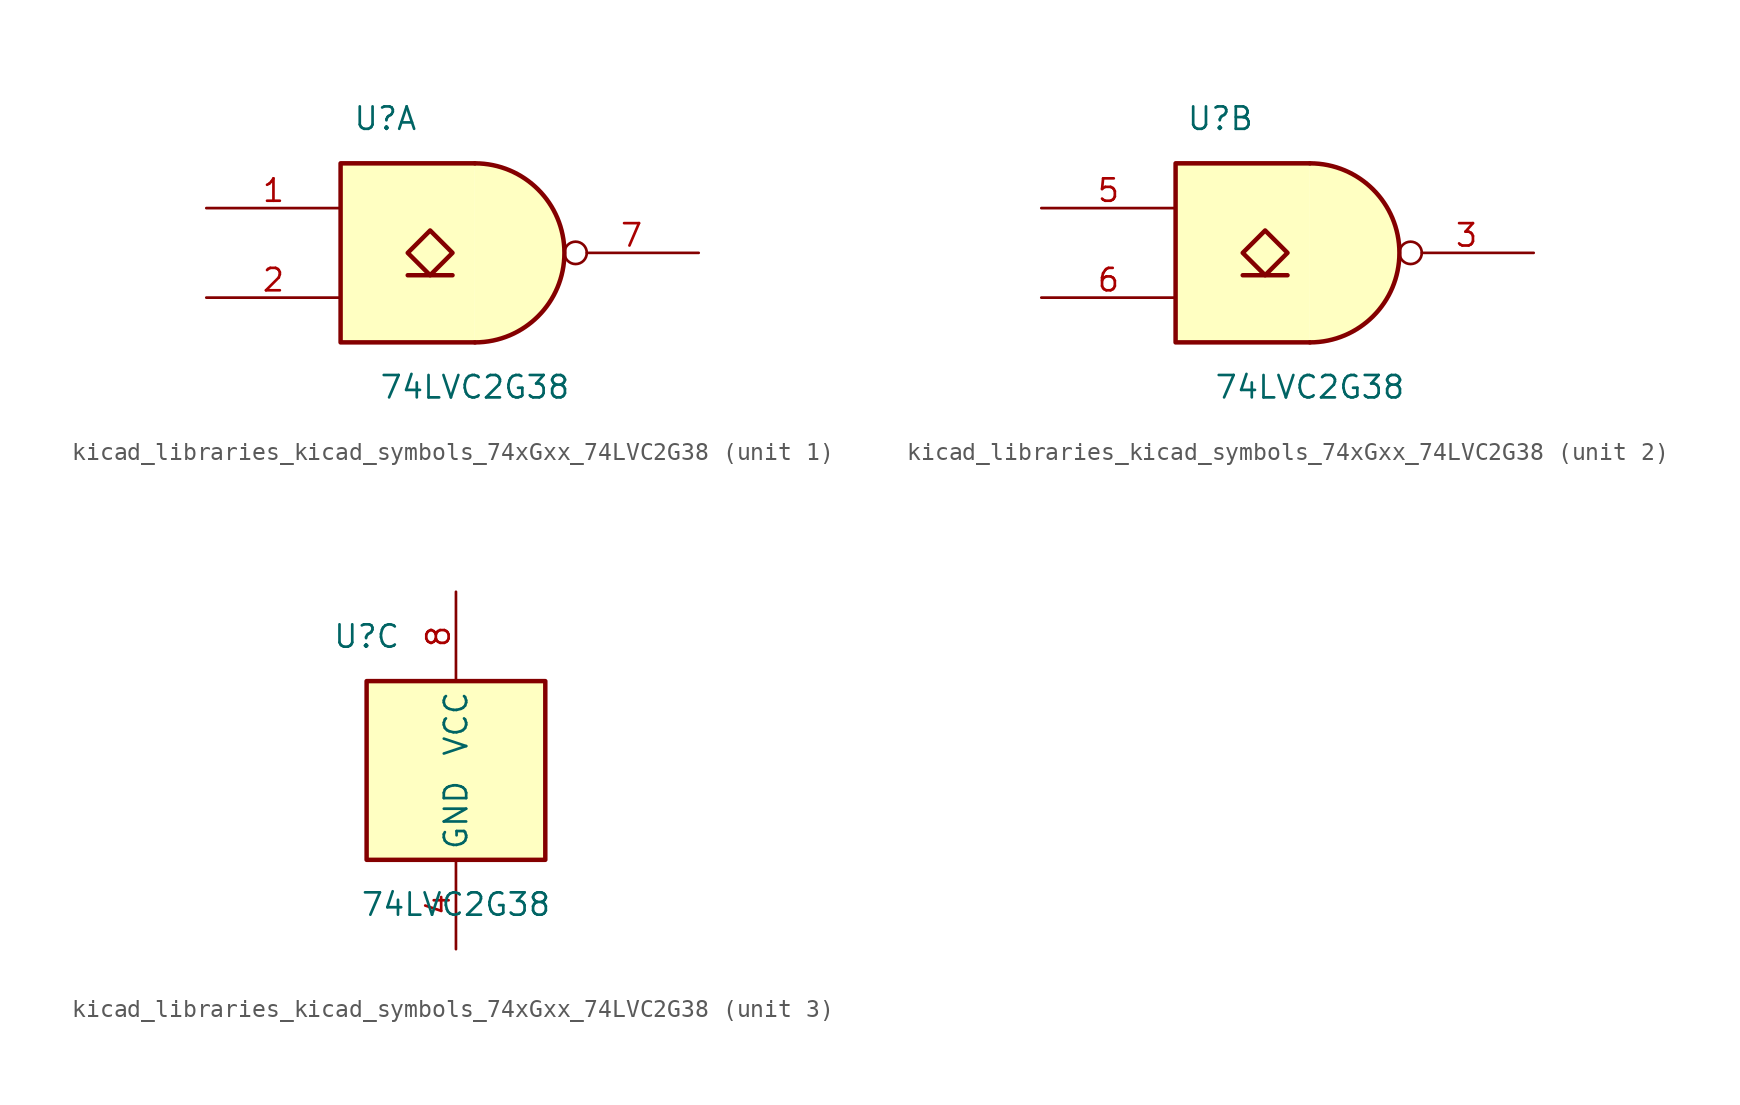
<source format=kicad_sym>
(kicad_symbol_lib
  (version 20220914)
  (generator kicad_symbol_editor)
  (symbol "kicad_libraries_kicad_symbols_74xGxx_74LVC2G38"
    (property "Reference" "U"
      (at -5.08 7.62 0)
      (effects (font (size 1.27 1.27))))
    (property "Value" "74LVC2G38"
      (at 0 -7.62 0)
      (effects (font (size 1.27 1.27))))
    (symbol "kicad_libraries_kicad_symbols_74xGxx_74LVC2G38_1_1"
      (arc (start 0 -5.08) (mid 5.0579 0) (end 0 5.08) (stroke (width 0.254) (type default)) (fill (type background)))
      (polyline (pts (xy -3.81 -1.27) (xy -1.27 -1.27)) (stroke (width 0.254) (type default)) (fill (type background)))
      (polyline (pts (xy 0 -5.08) (xy -7.62 -5.08) (xy -7.62 5.08) (xy 0 5.08)) (stroke (width 0.254) (type default)) (fill (type background)))
      (polyline (pts (xy -2.54 1.27) (xy -3.81 0) (xy -2.54 -1.27) (xy -1.27 0) (xy -2.54 1.27)) (stroke (width 0.254) (type default)) (fill (type background)))
      (pin input line (at -15.24 2.54 0) (length 7.62) (name "~" (effects (font (size 1.27 1.27)))) (number "1" (effects (font (size 1.27 1.27)))))
      (pin input line (at -15.24 -2.54 0) (length 7.62) (name "~" (effects (font (size 1.27 1.27)))) (number "2" (effects (font (size 1.27 1.27)))))
      (pin open_collector inverted (at 12.7 0 180) (length 7.62) (name "~" (effects (font (size 1.27 1.27)))) (number "7" (effects (font (size 1.27 1.27))))))
    (symbol "kicad_libraries_kicad_symbols_74xGxx_74LVC2G38_2_1"
      (arc (start 0 -5.08) (mid 5.0579 0) (end 0 5.08) (stroke (width 0.254) (type default)) (fill (type background)))
      (polyline (pts (xy -3.81 -1.27) (xy -1.27 -1.27)) (stroke (width 0.254) (type default)) (fill (type background)))
      (polyline (pts (xy 0 -5.08) (xy -7.62 -5.08) (xy -7.62 5.08) (xy 0 5.08)) (stroke (width 0.254) (type default)) (fill (type background)))
      (polyline (pts (xy -2.54 1.27) (xy -3.81 0) (xy -2.54 -1.27) (xy -1.27 0) (xy -2.54 1.27)) (stroke (width 0.254) (type default)) (fill (type background)))
      (pin open_collector inverted (at 12.7 0 180) (length 7.62) (name "~" (effects (font (size 1.27 1.27)))) (number "3" (effects (font (size 1.27 1.27)))))
      (pin input line (at -15.24 2.54 0) (length 7.62) (name "~" (effects (font (size 1.27 1.27)))) (number "5" (effects (font (size 1.27 1.27)))))
      (pin input line (at -15.24 -2.54 0) (length 7.62) (name "~" (effects (font (size 1.27 1.27)))) (number "6" (effects (font (size 1.27 1.27))))))
    (symbol "kicad_libraries_kicad_symbols_74xGxx_74LVC2G38_3_0"
      (rectangle (start -5.08 -5.08) (end 5.08 5.08) (stroke (width 0.254) (type default)) (fill (type background))))
    (symbol "kicad_libraries_kicad_symbols_74xGxx_74LVC2G38_3_1"
      (pin power_in line (at 0 -10.16 90) (length 5.08) (name "GND" (effects (font (size 1.27 1.27)))) (number "4" (effects (font (size 1.27 1.27)))))
      (pin power_in line (at 0 10.16 270) (length 5.08) (name "VCC" (effects (font (size 1.27 1.27)))) (number "8" (effects (font (size 1.27 1.27))))))))
</source>
